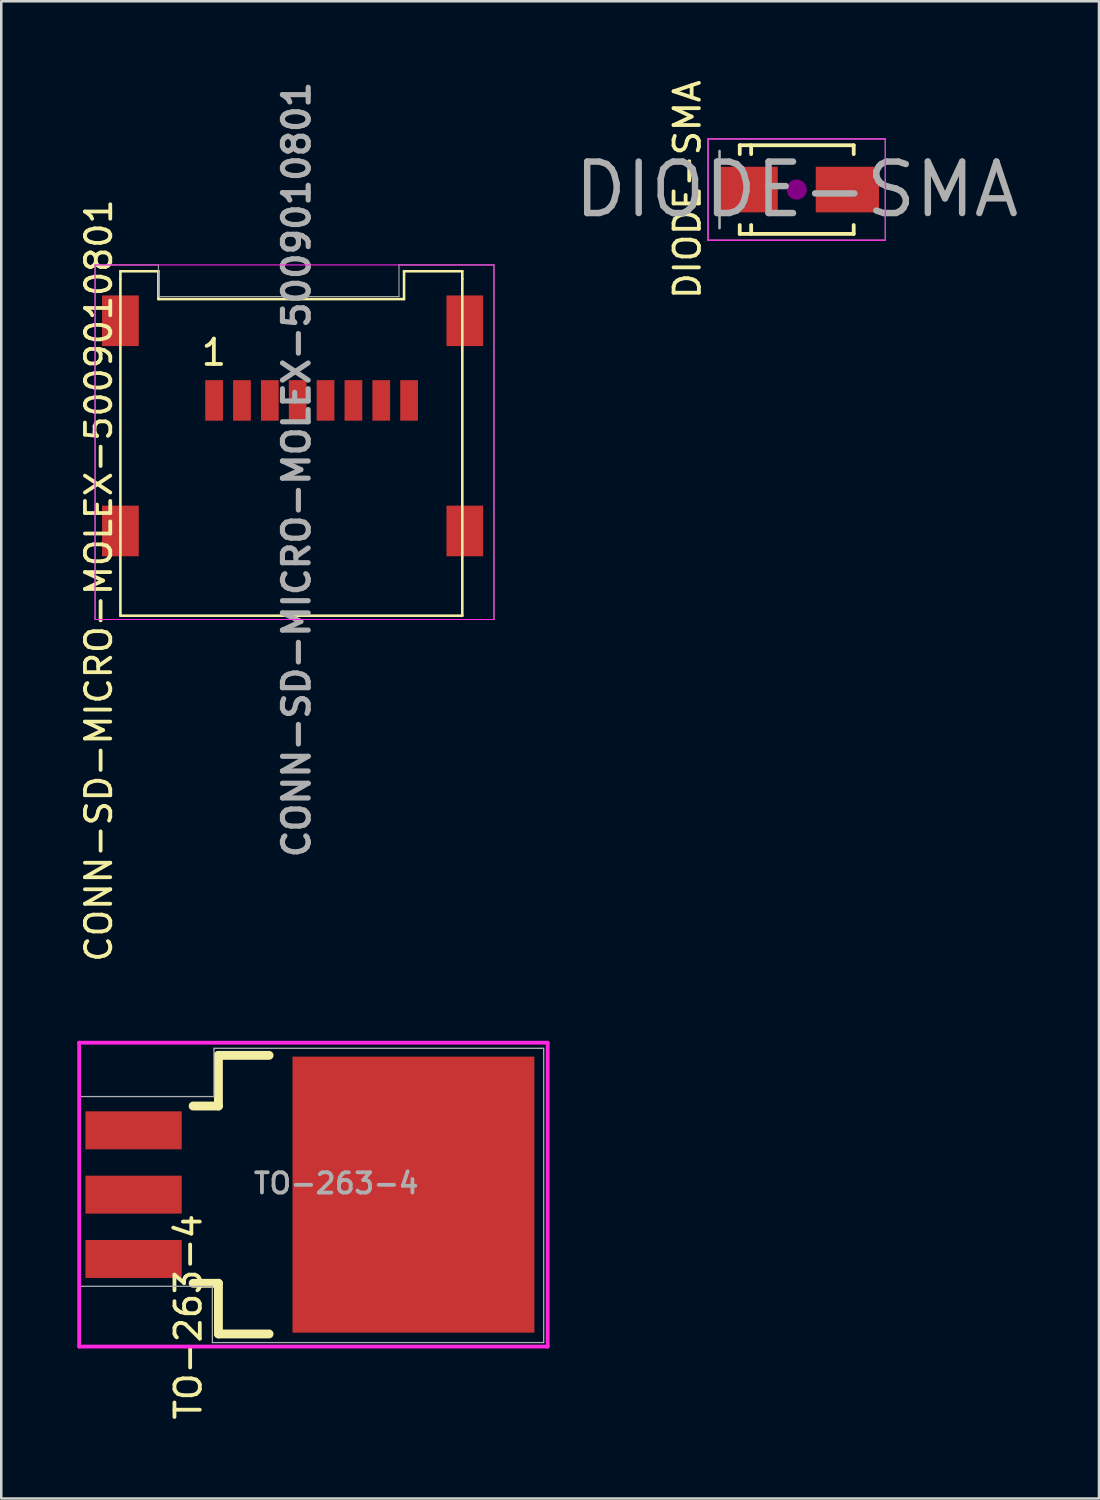
<source format=kicad_pcb>
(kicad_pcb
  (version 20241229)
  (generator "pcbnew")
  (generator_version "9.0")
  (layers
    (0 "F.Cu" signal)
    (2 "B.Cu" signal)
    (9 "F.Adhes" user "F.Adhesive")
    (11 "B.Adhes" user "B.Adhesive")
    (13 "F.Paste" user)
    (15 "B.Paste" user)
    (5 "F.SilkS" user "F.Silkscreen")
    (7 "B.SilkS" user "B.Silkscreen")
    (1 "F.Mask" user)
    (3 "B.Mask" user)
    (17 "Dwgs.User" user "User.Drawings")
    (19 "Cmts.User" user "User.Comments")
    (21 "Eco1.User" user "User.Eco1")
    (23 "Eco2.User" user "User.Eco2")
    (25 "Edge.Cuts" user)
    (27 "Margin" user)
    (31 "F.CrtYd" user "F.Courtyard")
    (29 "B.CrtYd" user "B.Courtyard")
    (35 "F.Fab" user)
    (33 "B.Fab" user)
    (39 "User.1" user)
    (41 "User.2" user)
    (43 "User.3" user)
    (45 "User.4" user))
  (footprint "CONN-SD-MICRO-MOLEX-5009010801"
    (layer "F.Cu")
    (at 9.204 17.661)
    (property "Reference" "CONN-SD-MICRO-MOLEX-5009010801" (at -0.545 -2.17 90) (layer "F.Fab") (effects (font (size 1.016 1.016) (thickness 0.203))))
    (attr through_hole)
    (fp_line (start -7.5 -10) (end -6 -10) (stroke (width 0.102) (type solid)) (layer "F.SilkS"))
    (fp_line (start -7.5 -9.7) (end -7.5 -10) (stroke (width 0.102) (type solid)) (layer "F.SilkS"))
    (fp_line (start -7.5 3.6) (end -7.5 -9.7) (stroke (width 0.102) (type solid)) (layer "F.SilkS"))
    (fp_line (start -7.5 3.6) (end 6 3.6) (stroke (width 0.102) (type solid)) (layer "F.SilkS"))
    (fp_line (start -6 -10) (end -6 -8.9) (stroke (width 0.102) (type solid)) (layer "F.SilkS"))
    (fp_line (start -6 -8.9) (end 3.7 -8.9) (stroke (width 0.102) (type solid)) (layer "F.SilkS"))
    (fp_line (start 3.7 -10) (end 6 -10) (stroke (width 0.102) (type solid)) (layer "F.SilkS"))
    (fp_line (start 3.7 -8.9) (end 3.7 -10) (stroke (width 0.102) (type solid)) (layer "F.SilkS"))
    (fp_line (start 6 -10) (end 6 -9.7) (stroke (width 0.102) (type solid)) (layer "F.SilkS"))
    (fp_line (start 6 3.6) (end 6 -9.7) (stroke (width 0.102) (type solid)) (layer "F.SilkS"))
    (fp_line (start -8.5 -10.25) (end -8.5 3.75) (stroke (width 0.041) (type solid)) (layer "F.CrtYd"))
    (fp_line (start -8.5 3.75) (end 7.25 3.75) (stroke (width 0.041) (type solid)) (layer "F.CrtYd"))
    (fp_line (start 7.25 -10.25) (end -8.5 -10.25) (stroke (width 0.041) (type solid)) (layer "F.CrtYd"))
    (fp_line (start 7.25 -10) (end 7.25 -10.25) (stroke (width 0.041) (type solid)) (layer "F.CrtYd"))
    (fp_line (start 7.25 3.75) (end 7.25 -10) (stroke (width 0.041) (type solid)) (layer "F.CrtYd"))
    (fp_line (start -8.5 -10.25) (end -8.5 3.75) (stroke (width 0.041) (type solid)) (layer "F.Fab"))
    (fp_line (start -8.5 3.75) (end 7.25 3.75) (stroke (width 0.041) (type solid)) (layer "F.Fab"))
    (fp_line (start -6 -10.25) (end -8.5 -10.25) (stroke (width 0.041) (type solid)) (layer "F.Fab"))
    (fp_line (start -6 -9) (end -6 -10.25) (stroke (width 0.041) (type solid)) (layer "F.Fab"))
    (fp_line (start 3.5 -10.25) (end 3.5 -9) (stroke (width 0.041) (type solid)) (layer "F.Fab"))
    (fp_line (start 3.5 -9) (end -6 -9) (stroke (width 0.041) (type solid)) (layer "F.Fab"))
    (fp_line (start 7.25 -10.25) (end 3.5 -10.25) (stroke (width 0.041) (type solid)) (layer "F.Fab"))
    (fp_line (start 7.25 3.75) (end 7.25 -10.25) (stroke (width 0.041) (type solid)) (layer "F.Fab"))
    (fp_text user "${REFERENCE}" (at -8.355 2.212 90) (layer "F.SilkS") (effects (font (size 1 1) (thickness 0.15))))
    (fp_text user "1" (at -3.81 -6.795 0) (layer "F.SilkS") (effects (font (size 1 1) (thickness 0.15))))
    (pad "1" smd rect (at -3.8 -4.9) (size 0.7 1.6) (layers "F.Cu" "F.Mask" "F.Paste"))
    (pad "2" smd rect (at -2.7 -4.9) (size 0.7 1.6) (layers "F.Cu" "F.Mask" "F.Paste"))
    (pad "3" smd rect (at -1.6 -4.9) (size 0.7 1.6) (layers "F.Cu" "F.Mask" "F.Paste"))
    (pad "4" smd rect (at -0.5 -4.9) (size 0.7 1.6) (layers "F.Cu" "F.Mask" "F.Paste"))
    (pad "5" smd rect (at 0.6 -4.9) (size 0.7 1.6) (layers "F.Cu" "F.Mask" "F.Paste"))
    (pad "6" smd rect (at -7.5 -8.046) (size 1.45 2) (layers "F.Cu" "F.Mask" "F.Paste"))
    (pad "6" smd rect (at -7.5 0.254) (size 1.45 2) (layers "F.Cu" "F.Mask" "F.Paste"))
    (pad "6" smd rect (at 1.7 -4.9) (size 0.7 1.6) (layers "F.Cu" "F.Mask" "F.Paste"))
    (pad "6" smd rect (at 6.1 -8.046) (size 1.45 2) (layers "F.Cu" "F.Mask" "F.Paste"))
    (pad "6" smd rect (at 6.1 0.254) (size 1.45 2) (layers "F.Cu" "F.Mask" "F.Paste"))
    (pad "7" smd rect (at 2.8 -4.9) (size 0.7 1.6) (layers "F.Cu" "F.Mask" "F.Paste"))
    (pad "8" smd rect (at 3.9 -4.9) (size 0.7 1.6) (layers "F.Cu" "F.Mask" "F.Paste")))
  (footprint "DIODE-SMA"
    (layer "F.Cu")
    (at 28.409 4.435)
    (property "Reference" "DIODE-SMA" (at 0 0 0) (layer "F.Fab") (effects (font (size 2.032 2.032) (thickness 0.254))))
    (attr smd)
    (fp_line (start -2.25 -1.75) (end -2.25 -1.4) (stroke (width 0.15) (type solid)) (layer "F.SilkS"))
    (fp_line (start -2.25 -1.75) (end 2.25 -1.75) (stroke (width 0.15) (type solid)) (layer "F.SilkS"))
    (fp_line (start -2.25 1.75) (end -2.25 1.4) (stroke (width 0.15) (type solid)) (layer "F.SilkS"))
    (fp_line (start -2.25 1.75) (end 2.25 1.75) (stroke (width 0.15) (type solid)) (layer "F.SilkS"))
    (fp_line (start -1.799 -1.75) (end -1.799 -1.4) (stroke (width 0.15) (type solid)) (layer "F.SilkS"))
    (fp_line (start -1.799 1.75) (end -1.799 1.4) (stroke (width 0.15) (type solid)) (layer "F.SilkS"))
    (fp_line (start 2.25 -1.75) (end 2.25 -1.4) (stroke (width 0.15) (type solid)) (layer "F.SilkS"))
    (fp_line (start 2.25 1.75) (end 2.25 1.4) (stroke (width 0.15) (type solid)) (layer "F.SilkS"))
    (fp_circle (center 0 0) (end 0.201 -0.051) (stroke (width 0.381) (type solid)) (fill no) (layer "F.Adhes"))
    (fp_line (start -3.5 -2) (end 3.5 -2) (stroke (width 0.05) (type solid)) (layer "F.CrtYd"))
    (fp_line (start -3.5 2) (end -3.5 -2) (stroke (width 0.05) (type solid)) (layer "F.CrtYd"))
    (fp_line (start 3.5 -2) (end 3.5 2) (stroke (width 0.05) (type solid)) (layer "F.CrtYd"))
    (fp_line (start 3.5 2) (end -3.5 2) (stroke (width 0.05) (type solid)) (layer "F.CrtYd"))
    (fp_line (start -3.5 -2) (end 3.5 -2) (stroke (width 0.05) (type solid)) (layer "F.Fab"))
    (fp_line (start -3.5 2) (end -3.5 -2) (stroke (width 0.05) (type solid)) (layer "F.Fab"))
    (fp_line (start -3.048 -1.524) (end -3.048 1.524) (stroke (width 0.1) (type solid)) (layer "F.Fab"))
    (fp_line (start 3.5 -2) (end 3.5 2) (stroke (width 0.05) (type solid)) (layer "F.Fab"))
    (fp_line (start 3.5 2) (end -3.5 2) (stroke (width 0.05) (type solid)) (layer "F.Fab"))
    (fp_text user "${REFERENCE}" (at -4.318 0 90) (layer "F.SilkS") (effects (font (size 1 1) (thickness 0.15))))
    (pad "1" smd rect (at -1.999 0) (size 2.499 1.801) (layers "F.Cu" "F.Mask" "F.Paste"))
    (pad "2" smd rect (at 1.999 0) (size 2.499 1.801) (layers "F.Cu" "F.Mask" "F.Paste")))
  (footprint "TO-263-4"
    (layer "F.Cu")
    (at 8.575 44.121)
    (property "Reference" "TO-263-4" (at 1.651 -0.445 0) (layer "F.Fab") (effects (font (size 0.8 0.8) (thickness 0.15))))
    (attr smd)
    (fp_line (start -3 -5.5) (end -3 -3.5) (stroke (width 0.35) (type solid)) (layer "F.SilkS"))
    (fp_line (start -3 -3.5) (end -4 -3.5) (stroke (width 0.35) (type solid)) (layer "F.SilkS"))
    (fp_line (start -3 3.5) (end -4 3.5) (stroke (width 0.35) (type solid)) (layer "F.SilkS"))
    (fp_line (start -3 5.5) (end -3 3.5) (stroke (width 0.35) (type solid)) (layer "F.SilkS"))
    (fp_line (start -1 -5.5) (end -3 -5.5) (stroke (width 0.35) (type solid)) (layer "F.SilkS"))
    (fp_line (start -1 5.5) (end -3 5.5) (stroke (width 0.35) (type solid)) (layer "F.SilkS"))
    (fp_line (start -8.5 -6) (end 10 -6) (stroke (width 0.15) (type solid)) (layer "F.CrtYd"))
    (fp_line (start -8.5 6) (end -8.5 -6) (stroke (width 0.15) (type solid)) (layer "F.CrtYd"))
    (fp_line (start 10 -6) (end 10 6) (stroke (width 0.15) (type solid)) (layer "F.CrtYd"))
    (fp_line (start 10 6) (end -8.5 6) (stroke (width 0.15) (type solid)) (layer "F.CrtYd"))
    (fp_line (start -8.509 -3.873) (end -8.509 3.619) (stroke (width 0.05) (type solid)) (layer "F.Fab"))
    (fp_line (start -8.509 3.619) (end -3.239 3.619) (stroke (width 0.05) (type solid)) (layer "F.Fab"))
    (fp_line (start -3.239 3.619) (end -3.239 5.842) (stroke (width 0.05) (type solid)) (layer "F.Fab"))
    (fp_line (start -3.239 5.842) (end 9.842 5.842) (stroke (width 0.05) (type solid)) (layer "F.Fab"))
    (fp_line (start -3.175 -5.779) (end -3.175 -3.873) (stroke (width 0.05) (type solid)) (layer "F.Fab"))
    (fp_line (start -3.175 -3.873) (end -8.509 -3.873) (stroke (width 0.05) (type solid)) (layer "F.Fab"))
    (fp_line (start 9.716 -5.779) (end -3.175 -5.779) (stroke (width 0.05) (type solid)) (layer "F.Fab"))
    (fp_line (start 9.842 -5.779) (end 9.716 -5.779) (stroke (width 0.05) (type solid)) (layer "F.Fab"))
    (fp_line (start 9.842 5.842) (end 9.842 -5.779) (stroke (width 0.05) (type solid)) (layer "F.Fab"))
    (fp_text user "${REFERENCE}" (at -4.191 4.826 90) (layer "F.SilkS") (effects (font (size 1 1) (thickness 0.15))))
    (pad "" smd rect (at 1.5 -3 180) (size 2.3 2.3) (layers "F.Paste"))
    (pad "" smd rect (at 1.5 0 180) (size 2.3 2.3) (layers "F.Paste"))
    (pad "" smd rect (at 1.5 3 180) (size 2.3 2.3) (layers "F.Paste"))
    (pad "" smd rect (at 5 -3 180) (size 2.3 2.3) (layers "F.Paste"))
    (pad "" smd rect (at 5 0 180) (size 2.3 2.3) (layers "F.Paste"))
    (pad "" smd rect (at 5 3 180) (size 2.3 2.3) (layers "F.Paste"))
    (pad "1" smd rect (at -6.35 -2.54 180) (size 3.8 1.5) (layers "F.Cu" "F.Mask" "F.Paste"))
    (pad "2" smd rect (at -6.35 0 180) (size 3.8 1.5) (layers "F.Cu" "F.Mask" "F.Paste"))
    (pad "2" smd rect (at 4.7 0 180) (size 9.55 10.9) (layers "F.Cu" "F.Mask"))
    (pad "3" smd rect (at -6.35 2.54 180) (size 3.8 1.5) (layers "F.Cu" "F.Mask" "F.Paste")))
  (gr_rect
    (start -3 -3)
    (end 40.344 56.119)
    (stroke (width 0.1) (type default))
    (fill no)
    (layer "Edge.Cuts")))
</source>
